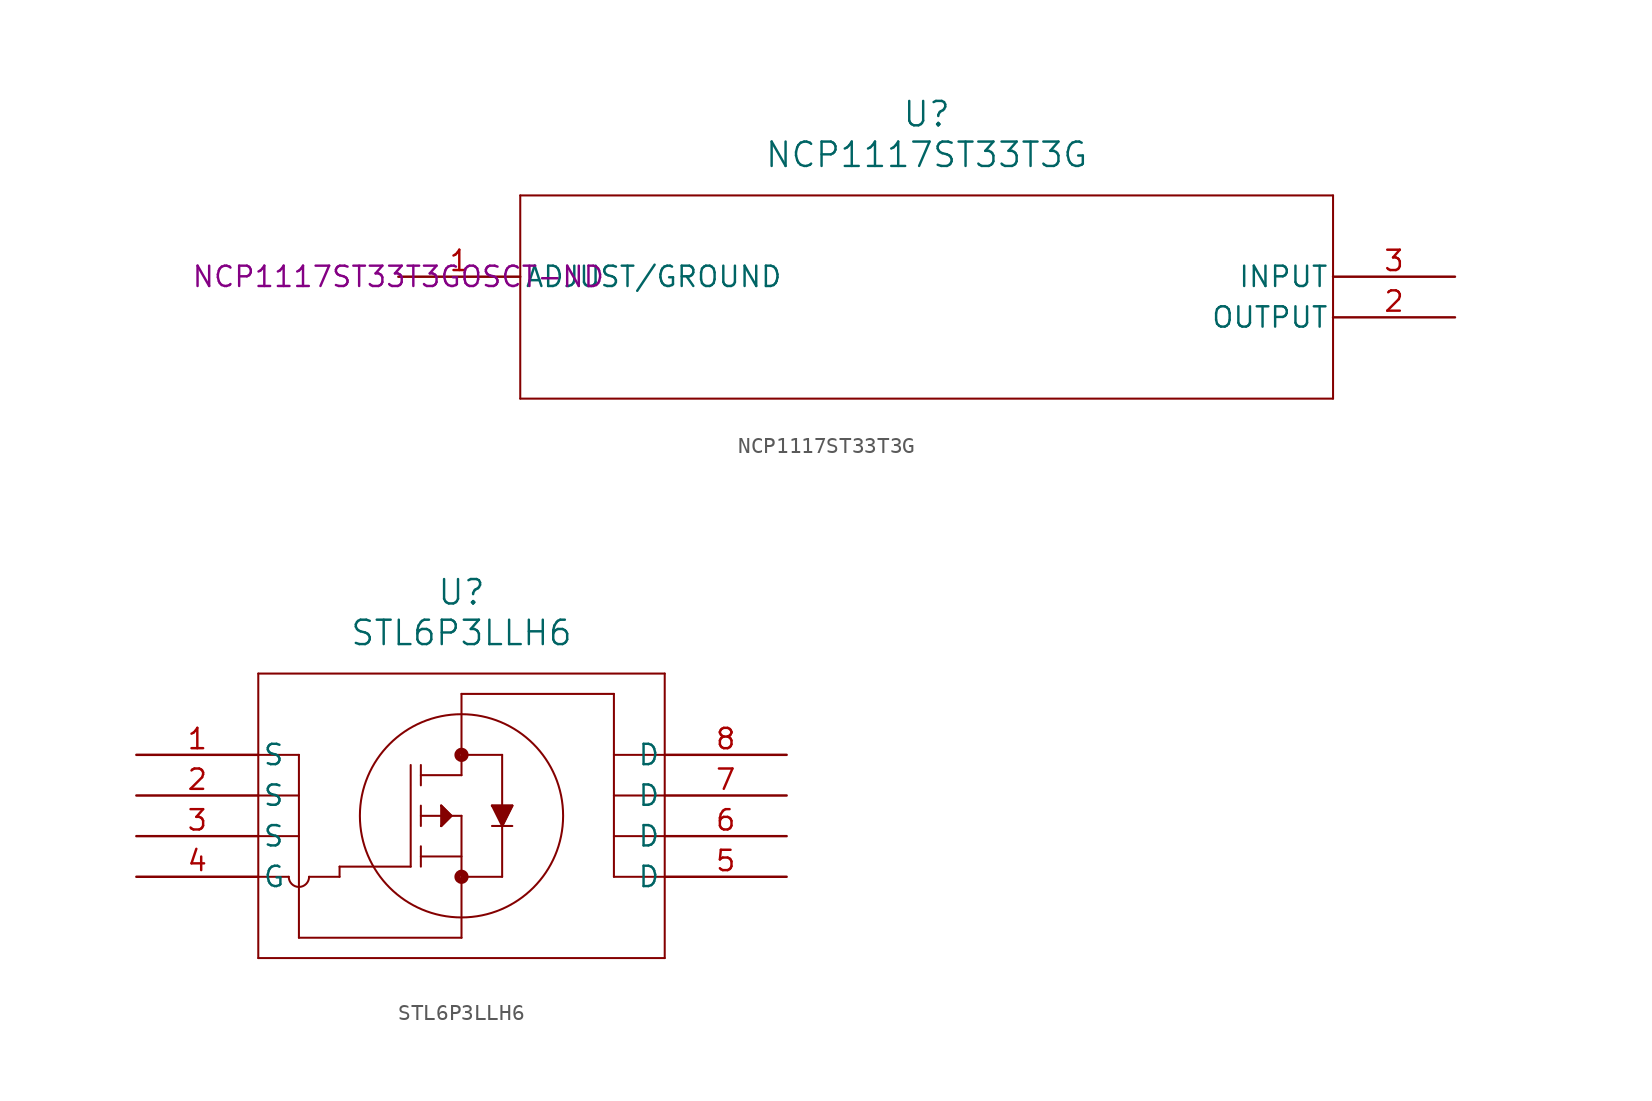
<source format=kicad_sym>
(kicad_symbol_lib
  (version 20231120)
  (generator "kicad_symbol_editor")
  (generator_version "8.0")
  (symbol "NCP1117ST33T3G"
    (pin_names
      (offset 0.254))
    (property "Reference" "U"
      (at 33.02 10.16 0)
      (effects (font (size 1.524 1.524))))
    (property "Value" "NCP1117ST33T3G"
      (at 33.02 7.62 0)
      (effects (font (size 1.524 1.524))))
    (property "Part_Number" "NCP1117ST33T3GOSCT-ND"
      (at 0 0 0)
      (effects (font (size 1.27 1.27))))
    (symbol "NCP1117ST33T3G_0_1"
      (polyline (pts (xy 7.62 -7.62) (xy 58.42 -7.62)) (stroke (width 0.127) (type default)) (fill (type none)))
      (polyline (pts (xy 7.62 5.08) (xy 7.62 -7.62)) (stroke (width 0.127) (type default)) (fill (type none)))
      (polyline (pts (xy 58.42 -7.62) (xy 58.42 5.08)) (stroke (width 0.127) (type default)) (fill (type none)))
      (polyline (pts (xy 58.42 5.08) (xy 7.62 5.08)) (stroke (width 0.127) (type default)) (fill (type none)))
      (pin bidirectional line (at 0 0 0) (length 7.62) (name "ADJUST/GROUND" (effects (font (size 1.27 1.27)))) (number "1" (effects (font (size 1.27 1.27)))))
      (pin output line (at 66.04 -2.54 180) (length 7.62) (name "OUTPUT" (effects (font (size 1.27 1.27)))) (number "2" (effects (font (size 1.27 1.27)))))
      (pin input line (at 66.04 0 180) (length 7.62) (name "INPUT" (effects (font (size 1.27 1.27)))) (number "3" (effects (font (size 1.27 1.27)))))))
  (symbol "STL6P3LLH6"
    (pin_names
      (offset 0.254))
    (property "Reference" "U"
      (at 20.32 10.16 0)
      (effects (font (size 1.524 1.524))))
    (property "Value" "STL6P3LLH6"
      (at 20.32 7.62 0)
      (effects (font (size 1.524 1.524))))
    (property "ki_locked" ""
      (at 0 0 0)
      (effects (font (size 1.27 1.27))))
    (symbol "STL6P3LLH6_0_1"
      (polyline (pts (xy 7.62 -12.7) (xy 33.02 -12.7)) (stroke (width 0.127) (type default)) (fill (type none)))
      (polyline (pts (xy 7.62 -7.62) (xy 9.525 -7.62)) (stroke (width 0.127) (type default)) (fill (type none)))
      (polyline (pts (xy 7.62 -5.08) (xy 10.16 -5.08)) (stroke (width 0.127) (type default)) (fill (type none)))
      (polyline (pts (xy 7.62 -2.54) (xy 10.16 -2.54)) (stroke (width 0.127) (type default)) (fill (type none)))
      (polyline (pts (xy 7.62 0) (xy 10.16 0)) (stroke (width 0.127) (type default)) (fill (type none)))
      (polyline (pts (xy 7.62 5.08) (xy 7.62 -12.7)) (stroke (width 0.127) (type default)) (fill (type none)))
      (polyline (pts (xy 10.16 -11.43) (xy 20.32 -11.43)) (stroke (width 0.127) (type default)) (fill (type none)))
      (polyline (pts (xy 10.16 0) (xy 10.16 -11.43)) (stroke (width 0.127) (type default)) (fill (type none)))
      (polyline (pts (xy 10.795 -7.62) (xy 12.7 -7.62)) (stroke (width 0.127) (type default)) (fill (type none)))
      (polyline (pts (xy 12.7 -7.62) (xy 12.7 -6.985)) (stroke (width 0.127) (type default)) (fill (type none)))
      (polyline (pts (xy 17.145 -6.985) (xy 12.7 -6.985)) (stroke (width 0.127) (type default)) (fill (type none)))
      (polyline (pts (xy 17.145 -6.985) (xy 17.145 -0.635)) (stroke (width 0.127) (type default)) (fill (type none)))
      (polyline (pts (xy 17.78 -6.35) (xy 20.32 -6.35)) (stroke (width 0.127) (type default)) (fill (type none)))
      (polyline (pts (xy 17.78 -5.715) (xy 17.78 -6.985)) (stroke (width 0.127) (type default)) (fill (type none)))
      (polyline (pts (xy 17.78 -3.175) (xy 17.78 -4.445)) (stroke (width 0.127) (type default)) (fill (type none)))
      (polyline (pts (xy 17.78 -1.27) (xy 20.32 -1.27)) (stroke (width 0.127) (type default)) (fill (type none)))
      (polyline (pts (xy 17.78 -0.635) (xy 17.78 -1.905)) (stroke (width 0.127) (type default)) (fill (type none)))
      (polyline (pts (xy 19.05 -3.175) (xy 19.05 -4.445)) (stroke (width 0.127) (type default)) (fill (type none)))
      (polyline (pts (xy 19.685 -3.81) (xy 19.05 -4.445)) (stroke (width 0.127) (type default)) (fill (type none)))
      (polyline (pts (xy 19.685 -3.81) (xy 19.05 -3.175)) (stroke (width 0.127) (type default)) (fill (type none)))
      (polyline (pts (xy 20.32 -11.43) (xy 20.32 -3.81)) (stroke (width 0.127) (type default)) (fill (type none)))
      (polyline (pts (xy 20.32 -7.62) (xy 22.86 -7.62)) (stroke (width 0.127) (type default)) (fill (type none)))
      (polyline (pts (xy 20.32 -3.81) (xy 17.78 -3.81)) (stroke (width 0.127) (type default)) (fill (type none)))
      (polyline (pts (xy 20.32 -1.27) (xy 20.32 3.81)) (stroke (width 0.127) (type default)) (fill (type none)))
      (polyline (pts (xy 20.32 0) (xy 22.86 0)) (stroke (width 0.127) (type default)) (fill (type none)))
      (polyline (pts (xy 20.32 3.81) (xy 29.845 3.81)) (stroke (width 0.127) (type default)) (fill (type none)))
      (polyline (pts (xy 22.86 -7.62) (xy 22.86 0)) (stroke (width 0.127) (type default)) (fill (type none)))
      (polyline (pts (xy 22.86 -4.445) (xy 22.225 -3.175)) (stroke (width 0.127) (type default)) (fill (type none)))
      (polyline (pts (xy 23.495 -4.445) (xy 22.225 -4.445)) (stroke (width 0.127) (type default)) (fill (type none)))
      (polyline (pts (xy 23.495 -3.175) (xy 22.225 -3.175)) (stroke (width 0.127) (type default)) (fill (type none)))
      (polyline (pts (xy 23.495 -3.175) (xy 22.86 -4.445)) (stroke (width 0.127) (type default)) (fill (type none)))
      (polyline (pts (xy 29.845 -7.62) (xy 29.845 3.81)) (stroke (width 0.127) (type default)) (fill (type none)))
      (polyline (pts (xy 29.845 -5.08) (xy 33.02 -5.08)) (stroke (width 0.127) (type default)) (fill (type none)))
      (polyline (pts (xy 29.845 -2.54) (xy 33.02 -2.54)) (stroke (width 0.127) (type default)) (fill (type none)))
      (polyline (pts (xy 29.845 0) (xy 33.02 0)) (stroke (width 0.127) (type default)) (fill (type none)))
      (polyline (pts (xy 33.02 -12.7) (xy 33.02 5.08)) (stroke (width 0.127) (type default)) (fill (type none)))
      (polyline (pts (xy 33.02 -7.62) (xy 29.845 -7.62)) (stroke (width 0.127) (type default)) (fill (type none)))
      (polyline (pts (xy 33.02 5.08) (xy 7.62 5.08)) (stroke (width 0.127) (type default)) (fill (type none)))
      (polyline (pts (xy 19.05 -3.175) (xy 19.685 -3.81) (xy 19.05 -4.445)) (stroke (width 0) (type default)) (fill (type outline)))
      (polyline (pts (xy 22.225 -3.175) (xy 23.495 -3.175) (xy 22.86 -4.445)) (stroke (width 0) (type default)) (fill (type outline)))
      (arc (start 9.525 -7.62) (mid 10.16 -8.2522) (end 10.795 -7.62) (stroke (width 0.127) (type default)) (fill (type none)))
      (circle (center 20.32 -7.62) (radius 0.254) (stroke (width 0.381) (type default)) (fill (type none)))
      (circle (center 20.32 -3.81) (radius 6.35) (stroke (width 0.127) (type default)) (fill (type none)))
      (circle (center 20.32 0) (radius 0.254) (stroke (width 0.381) (type default)) (fill (type none)))
      (pin unspecified line (at 0 0 0) (length 7.62) (name "S" (effects (font (size 1.27 1.27)))) (number "1" (effects (font (size 1.27 1.27)))))
      (pin unspecified line (at 0 -2.54 0) (length 7.62) (name "S" (effects (font (size 1.27 1.27)))) (number "2" (effects (font (size 1.27 1.27)))))
      (pin unspecified line (at 0 -5.08 0) (length 7.62) (name "S" (effects (font (size 1.27 1.27)))) (number "3" (effects (font (size 1.27 1.27)))))
      (pin unspecified line (at 0 -7.62 0) (length 7.62) (name "G" (effects (font (size 1.27 1.27)))) (number "4" (effects (font (size 1.27 1.27)))))
      (pin unspecified line (at 40.64 -7.62 180) (length 7.62) (name "D" (effects (font (size 1.27 1.27)))) (number "5" (effects (font (size 1.27 1.27)))))
      (pin unspecified line (at 40.64 -5.08 180) (length 7.62) (name "D" (effects (font (size 1.27 1.27)))) (number "6" (effects (font (size 1.27 1.27)))))
      (pin unspecified line (at 40.64 -2.54 180) (length 7.62) (name "D" (effects (font (size 1.27 1.27)))) (number "7" (effects (font (size 1.27 1.27)))))
      (pin unspecified line (at 40.64 0 180) (length 7.62) (name "D" (effects (font (size 1.27 1.27)))) (number "8" (effects (font (size 1.27 1.27))))))))
</source>
